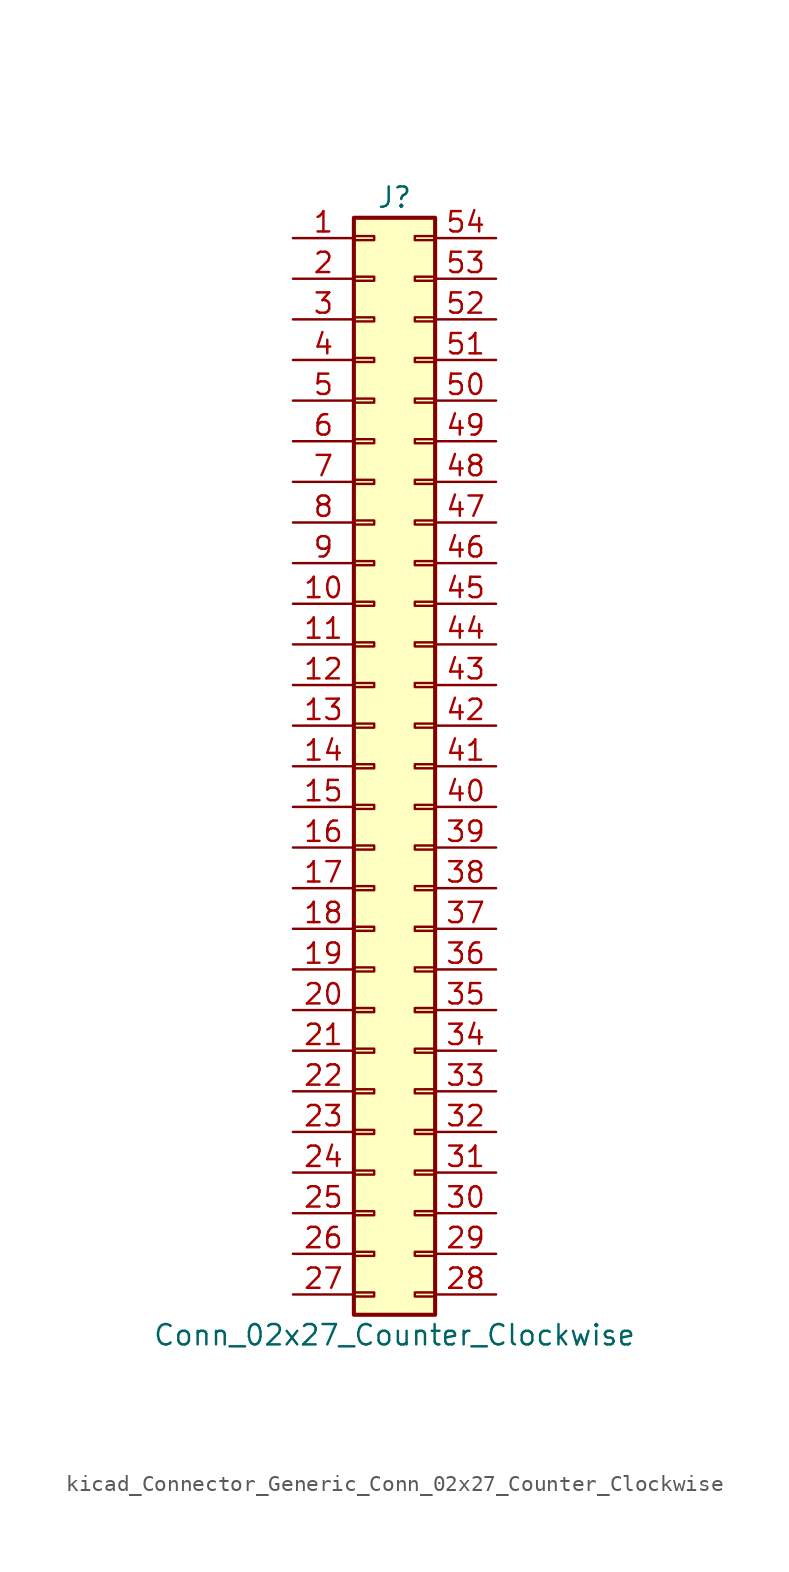
<source format=kicad_sym>
(kicad_symbol_lib
  (version 20220914)
  (generator kicad_symbol_editor)
  (symbol "kicad_Connector_Generic_Conn_02x27_Counter_Clockwise"
    (pin_names
      (offset 1.016) hide)
    (property "Reference" "J"
      (at 1.27 35.56 0)
      (effects (font (size 1.27 1.27))))
    (property "Value" "Conn_02x27_Counter_Clockwise"
      (at 1.27 -35.56 0)
      (effects (font (size 1.27 1.27))))
    (symbol "kicad_Connector_Generic_Conn_02x27_Counter_Clockwise_1_1"
      (rectangle (start -1.27 -32.893) (end 0 -33.147) (stroke (width 0.152) (type default)) (fill (type none)))
      (rectangle (start -1.27 -30.353) (end 0 -30.607) (stroke (width 0.152) (type default)) (fill (type none)))
      (rectangle (start -1.27 -27.813) (end 0 -28.067) (stroke (width 0.152) (type default)) (fill (type none)))
      (rectangle (start -1.27 -25.273) (end 0 -25.527) (stroke (width 0.152) (type default)) (fill (type none)))
      (rectangle (start -1.27 -22.733) (end 0 -22.987) (stroke (width 0.152) (type default)) (fill (type none)))
      (rectangle (start -1.27 -20.193) (end 0 -20.447) (stroke (width 0.152) (type default)) (fill (type none)))
      (rectangle (start -1.27 -17.653) (end 0 -17.907) (stroke (width 0.152) (type default)) (fill (type none)))
      (rectangle (start -1.27 -15.113) (end 0 -15.367) (stroke (width 0.152) (type default)) (fill (type none)))
      (rectangle (start -1.27 -12.573) (end 0 -12.827) (stroke (width 0.152) (type default)) (fill (type none)))
      (rectangle (start -1.27 -10.033) (end 0 -10.287) (stroke (width 0.152) (type default)) (fill (type none)))
      (rectangle (start -1.27 -7.493) (end 0 -7.747) (stroke (width 0.152) (type default)) (fill (type none)))
      (rectangle (start -1.27 -4.953) (end 0 -5.207) (stroke (width 0.152) (type default)) (fill (type none)))
      (rectangle (start -1.27 -2.413) (end 0 -2.667) (stroke (width 0.152) (type default)) (fill (type none)))
      (rectangle (start -1.27 0.127) (end 0 -0.127) (stroke (width 0.152) (type default)) (fill (type none)))
      (rectangle (start -1.27 2.667) (end 0 2.413) (stroke (width 0.152) (type default)) (fill (type none)))
      (rectangle (start -1.27 5.207) (end 0 4.953) (stroke (width 0.152) (type default)) (fill (type none)))
      (rectangle (start -1.27 7.747) (end 0 7.493) (stroke (width 0.152) (type default)) (fill (type none)))
      (rectangle (start -1.27 10.287) (end 0 10.033) (stroke (width 0.152) (type default)) (fill (type none)))
      (rectangle (start -1.27 12.827) (end 0 12.573) (stroke (width 0.152) (type default)) (fill (type none)))
      (rectangle (start -1.27 15.367) (end 0 15.113) (stroke (width 0.152) (type default)) (fill (type none)))
      (rectangle (start -1.27 17.907) (end 0 17.653) (stroke (width 0.152) (type default)) (fill (type none)))
      (rectangle (start -1.27 20.447) (end 0 20.193) (stroke (width 0.152) (type default)) (fill (type none)))
      (rectangle (start -1.27 22.987) (end 0 22.733) (stroke (width 0.152) (type default)) (fill (type none)))
      (rectangle (start -1.27 25.527) (end 0 25.273) (stroke (width 0.152) (type default)) (fill (type none)))
      (rectangle (start -1.27 28.067) (end 0 27.813) (stroke (width 0.152) (type default)) (fill (type none)))
      (rectangle (start -1.27 30.607) (end 0 30.353) (stroke (width 0.152) (type default)) (fill (type none)))
      (rectangle (start -1.27 33.147) (end 0 32.893) (stroke (width 0.152) (type default)) (fill (type none)))
      (rectangle (start -1.27 34.29) (end 3.81 -34.29) (stroke (width 0.254) (type default)) (fill (type background)))
      (rectangle (start 3.81 -32.893) (end 2.54 -33.147) (stroke (width 0.152) (type default)) (fill (type none)))
      (rectangle (start 3.81 -30.353) (end 2.54 -30.607) (stroke (width 0.152) (type default)) (fill (type none)))
      (rectangle (start 3.81 -27.813) (end 2.54 -28.067) (stroke (width 0.152) (type default)) (fill (type none)))
      (rectangle (start 3.81 -25.273) (end 2.54 -25.527) (stroke (width 0.152) (type default)) (fill (type none)))
      (rectangle (start 3.81 -22.733) (end 2.54 -22.987) (stroke (width 0.152) (type default)) (fill (type none)))
      (rectangle (start 3.81 -20.193) (end 2.54 -20.447) (stroke (width 0.152) (type default)) (fill (type none)))
      (rectangle (start 3.81 -17.653) (end 2.54 -17.907) (stroke (width 0.152) (type default)) (fill (type none)))
      (rectangle (start 3.81 -15.113) (end 2.54 -15.367) (stroke (width 0.152) (type default)) (fill (type none)))
      (rectangle (start 3.81 -12.573) (end 2.54 -12.827) (stroke (width 0.152) (type default)) (fill (type none)))
      (rectangle (start 3.81 -10.033) (end 2.54 -10.287) (stroke (width 0.152) (type default)) (fill (type none)))
      (rectangle (start 3.81 -7.493) (end 2.54 -7.747) (stroke (width 0.152) (type default)) (fill (type none)))
      (rectangle (start 3.81 -4.953) (end 2.54 -5.207) (stroke (width 0.152) (type default)) (fill (type none)))
      (rectangle (start 3.81 -2.413) (end 2.54 -2.667) (stroke (width 0.152) (type default)) (fill (type none)))
      (rectangle (start 3.81 0.127) (end 2.54 -0.127) (stroke (width 0.152) (type default)) (fill (type none)))
      (rectangle (start 3.81 2.667) (end 2.54 2.413) (stroke (width 0.152) (type default)) (fill (type none)))
      (rectangle (start 3.81 5.207) (end 2.54 4.953) (stroke (width 0.152) (type default)) (fill (type none)))
      (rectangle (start 3.81 7.747) (end 2.54 7.493) (stroke (width 0.152) (type default)) (fill (type none)))
      (rectangle (start 3.81 10.287) (end 2.54 10.033) (stroke (width 0.152) (type default)) (fill (type none)))
      (rectangle (start 3.81 12.827) (end 2.54 12.573) (stroke (width 0.152) (type default)) (fill (type none)))
      (rectangle (start 3.81 15.367) (end 2.54 15.113) (stroke (width 0.152) (type default)) (fill (type none)))
      (rectangle (start 3.81 17.907) (end 2.54 17.653) (stroke (width 0.152) (type default)) (fill (type none)))
      (rectangle (start 3.81 20.447) (end 2.54 20.193) (stroke (width 0.152) (type default)) (fill (type none)))
      (rectangle (start 3.81 22.987) (end 2.54 22.733) (stroke (width 0.152) (type default)) (fill (type none)))
      (rectangle (start 3.81 25.527) (end 2.54 25.273) (stroke (width 0.152) (type default)) (fill (type none)))
      (rectangle (start 3.81 28.067) (end 2.54 27.813) (stroke (width 0.152) (type default)) (fill (type none)))
      (rectangle (start 3.81 30.607) (end 2.54 30.353) (stroke (width 0.152) (type default)) (fill (type none)))
      (rectangle (start 3.81 33.147) (end 2.54 32.893) (stroke (width 0.152) (type default)) (fill (type none)))
      (pin passive line (at -5.08 33.02 0) (length 3.81) (name "Pin_1" (effects (font (size 1.27 1.27)))) (number "1" (effects (font (size 1.27 1.27)))))
      (pin passive line (at -5.08 10.16 0) (length 3.81) (name "Pin_10" (effects (font (size 1.27 1.27)))) (number "10" (effects (font (size 1.27 1.27)))))
      (pin passive line (at -5.08 7.62 0) (length 3.81) (name "Pin_11" (effects (font (size 1.27 1.27)))) (number "11" (effects (font (size 1.27 1.27)))))
      (pin passive line (at -5.08 5.08 0) (length 3.81) (name "Pin_12" (effects (font (size 1.27 1.27)))) (number "12" (effects (font (size 1.27 1.27)))))
      (pin passive line (at -5.08 2.54 0) (length 3.81) (name "Pin_13" (effects (font (size 1.27 1.27)))) (number "13" (effects (font (size 1.27 1.27)))))
      (pin passive line (at -5.08 0 0) (length 3.81) (name "Pin_14" (effects (font (size 1.27 1.27)))) (number "14" (effects (font (size 1.27 1.27)))))
      (pin passive line (at -5.08 -2.54 0) (length 3.81) (name "Pin_15" (effects (font (size 1.27 1.27)))) (number "15" (effects (font (size 1.27 1.27)))))
      (pin passive line (at -5.08 -5.08 0) (length 3.81) (name "Pin_16" (effects (font (size 1.27 1.27)))) (number "16" (effects (font (size 1.27 1.27)))))
      (pin passive line (at -5.08 -7.62 0) (length 3.81) (name "Pin_17" (effects (font (size 1.27 1.27)))) (number "17" (effects (font (size 1.27 1.27)))))
      (pin passive line (at -5.08 -10.16 0) (length 3.81) (name "Pin_18" (effects (font (size 1.27 1.27)))) (number "18" (effects (font (size 1.27 1.27)))))
      (pin passive line (at -5.08 -12.7 0) (length 3.81) (name "Pin_19" (effects (font (size 1.27 1.27)))) (number "19" (effects (font (size 1.27 1.27)))))
      (pin passive line (at -5.08 30.48 0) (length 3.81) (name "Pin_2" (effects (font (size 1.27 1.27)))) (number "2" (effects (font (size 1.27 1.27)))))
      (pin passive line (at -5.08 -15.24 0) (length 3.81) (name "Pin_20" (effects (font (size 1.27 1.27)))) (number "20" (effects (font (size 1.27 1.27)))))
      (pin passive line (at -5.08 -17.78 0) (length 3.81) (name "Pin_21" (effects (font (size 1.27 1.27)))) (number "21" (effects (font (size 1.27 1.27)))))
      (pin passive line (at -5.08 -20.32 0) (length 3.81) (name "Pin_22" (effects (font (size 1.27 1.27)))) (number "22" (effects (font (size 1.27 1.27)))))
      (pin passive line (at -5.08 -22.86 0) (length 3.81) (name "Pin_23" (effects (font (size 1.27 1.27)))) (number "23" (effects (font (size 1.27 1.27)))))
      (pin passive line (at -5.08 -25.4 0) (length 3.81) (name "Pin_24" (effects (font (size 1.27 1.27)))) (number "24" (effects (font (size 1.27 1.27)))))
      (pin passive line (at -5.08 -27.94 0) (length 3.81) (name "Pin_25" (effects (font (size 1.27 1.27)))) (number "25" (effects (font (size 1.27 1.27)))))
      (pin passive line (at -5.08 -30.48 0) (length 3.81) (name "Pin_26" (effects (font (size 1.27 1.27)))) (number "26" (effects (font (size 1.27 1.27)))))
      (pin passive line (at -5.08 -33.02 0) (length 3.81) (name "Pin_27" (effects (font (size 1.27 1.27)))) (number "27" (effects (font (size 1.27 1.27)))))
      (pin passive line (at 7.62 -33.02 180) (length 3.81) (name "Pin_28" (effects (font (size 1.27 1.27)))) (number "28" (effects (font (size 1.27 1.27)))))
      (pin passive line (at 7.62 -30.48 180) (length 3.81) (name "Pin_29" (effects (font (size 1.27 1.27)))) (number "29" (effects (font (size 1.27 1.27)))))
      (pin passive line (at -5.08 27.94 0) (length 3.81) (name "Pin_3" (effects (font (size 1.27 1.27)))) (number "3" (effects (font (size 1.27 1.27)))))
      (pin passive line (at 7.62 -27.94 180) (length 3.81) (name "Pin_30" (effects (font (size 1.27 1.27)))) (number "30" (effects (font (size 1.27 1.27)))))
      (pin passive line (at 7.62 -25.4 180) (length 3.81) (name "Pin_31" (effects (font (size 1.27 1.27)))) (number "31" (effects (font (size 1.27 1.27)))))
      (pin passive line (at 7.62 -22.86 180) (length 3.81) (name "Pin_32" (effects (font (size 1.27 1.27)))) (number "32" (effects (font (size 1.27 1.27)))))
      (pin passive line (at 7.62 -20.32 180) (length 3.81) (name "Pin_33" (effects (font (size 1.27 1.27)))) (number "33" (effects (font (size 1.27 1.27)))))
      (pin passive line (at 7.62 -17.78 180) (length 3.81) (name "Pin_34" (effects (font (size 1.27 1.27)))) (number "34" (effects (font (size 1.27 1.27)))))
      (pin passive line (at 7.62 -15.24 180) (length 3.81) (name "Pin_35" (effects (font (size 1.27 1.27)))) (number "35" (effects (font (size 1.27 1.27)))))
      (pin passive line (at 7.62 -12.7 180) (length 3.81) (name "Pin_36" (effects (font (size 1.27 1.27)))) (number "36" (effects (font (size 1.27 1.27)))))
      (pin passive line (at 7.62 -10.16 180) (length 3.81) (name "Pin_37" (effects (font (size 1.27 1.27)))) (number "37" (effects (font (size 1.27 1.27)))))
      (pin passive line (at 7.62 -7.62 180) (length 3.81) (name "Pin_38" (effects (font (size 1.27 1.27)))) (number "38" (effects (font (size 1.27 1.27)))))
      (pin passive line (at 7.62 -5.08 180) (length 3.81) (name "Pin_39" (effects (font (size 1.27 1.27)))) (number "39" (effects (font (size 1.27 1.27)))))
      (pin passive line (at -5.08 25.4 0) (length 3.81) (name "Pin_4" (effects (font (size 1.27 1.27)))) (number "4" (effects (font (size 1.27 1.27)))))
      (pin passive line (at 7.62 -2.54 180) (length 3.81) (name "Pin_40" (effects (font (size 1.27 1.27)))) (number "40" (effects (font (size 1.27 1.27)))))
      (pin passive line (at 7.62 0 180) (length 3.81) (name "Pin_41" (effects (font (size 1.27 1.27)))) (number "41" (effects (font (size 1.27 1.27)))))
      (pin passive line (at 7.62 2.54 180) (length 3.81) (name "Pin_42" (effects (font (size 1.27 1.27)))) (number "42" (effects (font (size 1.27 1.27)))))
      (pin passive line (at 7.62 5.08 180) (length 3.81) (name "Pin_43" (effects (font (size 1.27 1.27)))) (number "43" (effects (font (size 1.27 1.27)))))
      (pin passive line (at 7.62 7.62 180) (length 3.81) (name "Pin_44" (effects (font (size 1.27 1.27)))) (number "44" (effects (font (size 1.27 1.27)))))
      (pin passive line (at 7.62 10.16 180) (length 3.81) (name "Pin_45" (effects (font (size 1.27 1.27)))) (number "45" (effects (font (size 1.27 1.27)))))
      (pin passive line (at 7.62 12.7 180) (length 3.81) (name "Pin_46" (effects (font (size 1.27 1.27)))) (number "46" (effects (font (size 1.27 1.27)))))
      (pin passive line (at 7.62 15.24 180) (length 3.81) (name "Pin_47" (effects (font (size 1.27 1.27)))) (number "47" (effects (font (size 1.27 1.27)))))
      (pin passive line (at 7.62 17.78 180) (length 3.81) (name "Pin_48" (effects (font (size 1.27 1.27)))) (number "48" (effects (font (size 1.27 1.27)))))
      (pin passive line (at 7.62 20.32 180) (length 3.81) (name "Pin_49" (effects (font (size 1.27 1.27)))) (number "49" (effects (font (size 1.27 1.27)))))
      (pin passive line (at -5.08 22.86 0) (length 3.81) (name "Pin_5" (effects (font (size 1.27 1.27)))) (number "5" (effects (font (size 1.27 1.27)))))
      (pin passive line (at 7.62 22.86 180) (length 3.81) (name "Pin_50" (effects (font (size 1.27 1.27)))) (number "50" (effects (font (size 1.27 1.27)))))
      (pin passive line (at 7.62 25.4 180) (length 3.81) (name "Pin_51" (effects (font (size 1.27 1.27)))) (number "51" (effects (font (size 1.27 1.27)))))
      (pin passive line (at 7.62 27.94 180) (length 3.81) (name "Pin_52" (effects (font (size 1.27 1.27)))) (number "52" (effects (font (size 1.27 1.27)))))
      (pin passive line (at 7.62 30.48 180) (length 3.81) (name "Pin_53" (effects (font (size 1.27 1.27)))) (number "53" (effects (font (size 1.27 1.27)))))
      (pin passive line (at 7.62 33.02 180) (length 3.81) (name "Pin_54" (effects (font (size 1.27 1.27)))) (number "54" (effects (font (size 1.27 1.27)))))
      (pin passive line (at -5.08 20.32 0) (length 3.81) (name "Pin_6" (effects (font (size 1.27 1.27)))) (number "6" (effects (font (size 1.27 1.27)))))
      (pin passive line (at -5.08 17.78 0) (length 3.81) (name "Pin_7" (effects (font (size 1.27 1.27)))) (number "7" (effects (font (size 1.27 1.27)))))
      (pin passive line (at -5.08 15.24 0) (length 3.81) (name "Pin_8" (effects (font (size 1.27 1.27)))) (number "8" (effects (font (size 1.27 1.27)))))
      (pin passive line (at -5.08 12.7 0) (length 3.81) (name "Pin_9" (effects (font (size 1.27 1.27)))) (number "9" (effects (font (size 1.27 1.27))))))))
</source>
